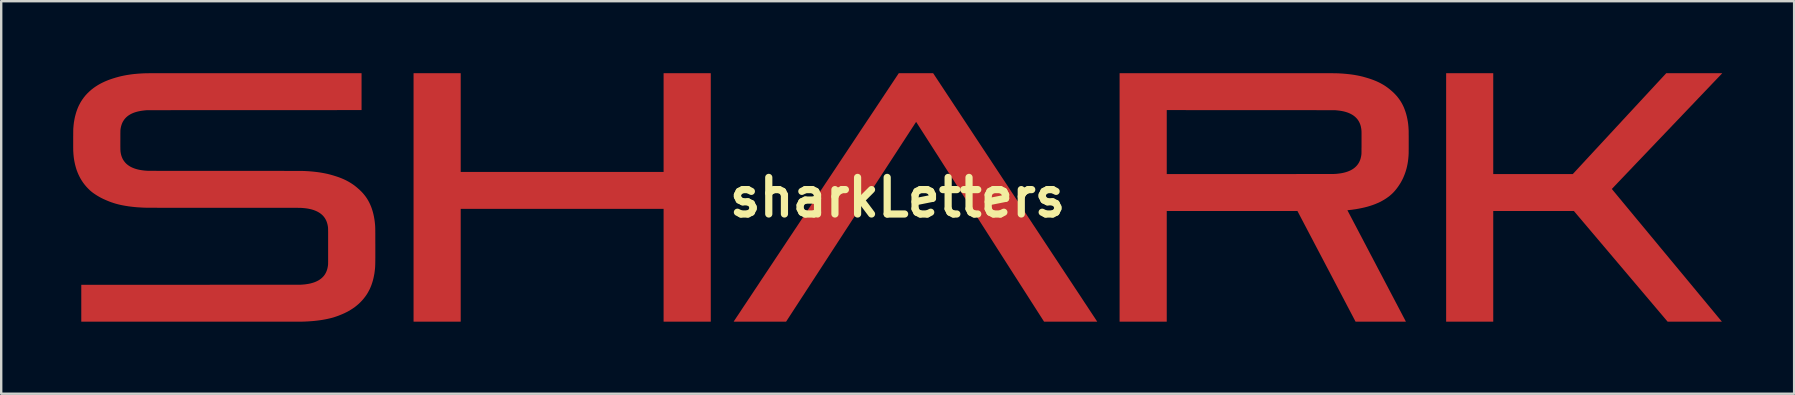
<source format=kicad_pcb>
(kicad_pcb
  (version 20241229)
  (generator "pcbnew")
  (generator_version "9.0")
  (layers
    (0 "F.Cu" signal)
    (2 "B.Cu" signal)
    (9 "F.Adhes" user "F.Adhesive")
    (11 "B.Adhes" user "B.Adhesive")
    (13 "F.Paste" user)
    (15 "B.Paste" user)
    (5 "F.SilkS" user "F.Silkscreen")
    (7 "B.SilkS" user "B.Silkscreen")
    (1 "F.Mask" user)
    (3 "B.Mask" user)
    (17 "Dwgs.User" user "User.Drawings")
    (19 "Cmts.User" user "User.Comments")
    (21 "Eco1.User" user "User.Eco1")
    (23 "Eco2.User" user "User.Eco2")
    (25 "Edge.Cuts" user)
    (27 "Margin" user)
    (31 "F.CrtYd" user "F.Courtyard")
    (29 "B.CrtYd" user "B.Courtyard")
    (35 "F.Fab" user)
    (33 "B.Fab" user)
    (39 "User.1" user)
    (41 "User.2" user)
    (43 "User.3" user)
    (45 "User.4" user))
  (footprint "sharkLetters"
    (layer "F.Cu")
    (at 34.357 5.178)
    (property "Reference" "sharkLetters" (at 0 0 0) (layer "F.SilkS") (effects (font (size 1.524 1.524) (thickness 0.3))))
    (attr through_hole)
    (pad "1" smd custom (at -33.02 -3.81) (size 1 1) (layers "F.Cu" "F.Mask" "F.Paste") (options (anchor circle)) (primitives (gr_poly (pts (xy 10.675 0.165) (xy 6.217 0.166) (xy 6.026 0.166) (xy 5.839 0.166) (xy 5.657 0.166) (xy 5.48 0.166) (xy 5.308 0.166) (xy 5.14 0.166) (xy 4.978 0.167) (xy 4.82 0.167) (xy 4.667 0.167) (xy 4.518 0.167) (xy 4.374 0.167) (xy 4.235 0.167) (xy 4.099 0.167) (xy 3.969 0.167) (xy 3.842 0.167) (xy 3.72 0.167) (xy 3.602 0.167) (xy 3.489 0.167) (xy 3.379 0.167) (xy 3.274 0.167) (xy 3.172 0.167) (xy 3.074 0.167) (xy 2.981 0.167) (xy 2.891 0.167) (xy 2.805 0.167) (xy 2.723 0.168) (xy 2.644 0.168) (xy 2.569 0.168) (xy 2.498 0.168) (xy 2.43 0.168) (xy 2.366 0.168) (xy 2.305 0.168) (xy 2.247 0.168) (xy 2.193 0.168) (xy 2.142 0.168) (xy 2.095 0.168) (xy 2.05 0.168) (xy 2.009 0.168) (xy 1.97 0.169) (xy 1.935 0.169) (xy 1.902 0.169) (xy 1.873 0.169) (xy 1.846 0.169) (xy 1.822 0.169) (xy 1.801 0.169) (xy 1.782 0.169) (xy 1.767 0.169) (xy 1.753 0.17) (xy 1.742 0.17) (xy 1.734 0.17) (xy 1.728 0.17) (xy 1.725 0.17) (xy 1.724 0.17) (xy 1.708 0.171) (xy 1.69 0.173) (xy 1.67 0.175) (xy 1.651 0.176) (xy 1.645 0.177) (xy 1.556 0.187) (xy 1.471 0.2) (xy 1.39 0.216) (xy 1.313 0.235) (xy 1.24 0.256) (xy 1.171 0.281) (xy 1.106 0.309) (xy 1.046 0.34) (xy 0.989 0.374) (xy 0.936 0.411) (xy 0.888 0.451) (xy 0.843 0.494) (xy 0.803 0.54) (xy 0.767 0.589) (xy 0.735 0.641) (xy 0.72 0.668) (xy 0.694 0.724) (xy 0.672 0.784) (xy 0.654 0.846) (xy 0.64 0.911) (xy 0.638 0.918) (xy 0.637 0.929) (xy 0.635 0.939) (xy 0.634 0.948) (xy 0.632 0.957) (xy 0.631 0.966) (xy 0.63 0.974) (xy 0.629 0.984) (xy 0.628 0.993) (xy 0.627 1.004) (xy 0.627 1.016) (xy 0.626 1.03) (xy 0.626 1.045) (xy 0.625 1.063) (xy 0.625 1.083) (xy 0.625 1.105) (xy 0.624 1.13) (xy 0.624 1.159) (xy 0.624 1.191) (xy 0.624 1.226) (xy 0.624 1.266) (xy 0.624 1.309) (xy 0.624 1.358) (xy 0.624 1.411) (xy 0.624 1.412) (xy 0.623 1.469) (xy 0.623 1.521) (xy 0.623 1.569) (xy 0.623 1.612) (xy 0.623 1.651) (xy 0.623 1.687) (xy 0.624 1.719) (xy 0.624 1.748) (xy 0.624 1.774) (xy 0.625 1.797) (xy 0.625 1.818) (xy 0.626 1.837) (xy 0.627 1.854) (xy 0.628 1.869) (xy 0.629 1.883) (xy 0.63 1.896) (xy 0.631 1.909) (xy 0.633 1.92) (xy 0.635 1.932) (xy 0.637 1.944) (xy 0.639 1.956) (xy 0.641 1.968) (xy 0.644 1.981) (xy 0.658 2.045) (xy 0.678 2.106) (xy 0.701 2.165) (xy 0.728 2.221) (xy 0.76 2.273) (xy 0.796 2.323) (xy 0.835 2.37) (xy 0.879 2.414) (xy 0.927 2.454) (xy 0.962 2.48) (xy 1.014 2.514) (xy 1.07 2.546) (xy 1.13 2.574) (xy 1.194 2.6) (xy 1.261 2.623) (xy 1.332 2.643) (xy 1.407 2.661) (xy 1.486 2.675) (xy 1.569 2.687) (xy 1.656 2.697) (xy 1.748 2.703) (xy 1.79 2.705) (xy 1.796 2.705) (xy 1.806 2.705) (xy 1.822 2.706) (xy 1.842 2.706) (xy 1.868 2.706) (xy 1.898 2.706) (xy 1.933 2.706) (xy 1.973 2.706) (xy 2.018 2.706) (xy 2.068 2.706) (xy 2.122 2.706) (xy 2.181 2.707) (xy 2.244 2.707) (xy 2.312 2.707) (xy 2.385 2.707) (xy 2.462 2.707) (xy 2.543 2.707) (xy 2.629 2.707) (xy 2.719 2.707) (xy 2.814 2.707) (xy 2.913 2.707) (xy 3.016 2.707) (xy 3.123 2.707) (xy 3.235 2.707) (xy 3.35 2.707) (xy 3.47 2.707) (xy 3.594 2.708) (xy 3.721 2.708) (xy 3.853 2.708) (xy 3.989 2.708) (xy 4.128 2.708) (xy 4.272 2.708) (xy 4.419 2.708) (xy 4.57 2.708) (xy 4.725 2.708) (xy 4.883 2.708) (xy 4.979 2.708) (xy 5.14 2.708) (xy 5.297 2.708) (xy 5.451 2.708) (xy 5.601 2.708) (xy 5.747 2.708) (xy 5.89 2.708) (xy 6.029 2.708) (xy 6.163 2.708) (xy 6.294 2.708) (xy 6.421 2.708) (xy 6.544 2.708) (xy 6.663 2.708) (xy 6.777 2.708) (xy 6.888 2.708) (xy 6.995 2.708) (xy 7.097 2.708) (xy 7.195 2.708) (xy 7.288 2.708) (xy 7.378 2.708) (xy 7.463 2.709) (xy 7.543 2.709) (xy 7.619 2.709) (xy 7.691 2.709) (xy 7.758 2.709) (xy 7.821 2.709) (xy 7.879 2.709) (xy 7.932 2.709) (xy 7.98 2.709) (xy 8.024 2.709) (xy 8.063 2.71) (xy 8.098 2.71) (xy 8.127 2.71) (xy 8.151 2.71) (xy 8.171 2.71) (xy 8.186 2.71) (xy 8.195 2.71) (xy 8.198 2.71) (xy 8.333 2.715) (xy 8.463 2.722) (xy 8.59 2.732) (xy 8.712 2.744) (xy 8.831 2.758) (xy 8.946 2.774) (xy 9.058 2.793) (xy 9.167 2.814) (xy 9.272 2.837) (xy 9.375 2.863) (xy 9.402 2.871) (xy 9.501 2.899) (xy 9.594 2.928) (xy 9.683 2.957) (xy 9.769 2.988) (xy 9.85 3.02) (xy 9.928 3.053) (xy 10.003 3.088) (xy 10.075 3.125) (xy 10.144 3.163) (xy 10.212 3.203) (xy 10.278 3.245) (xy 10.285 3.25) (xy 10.309 3.266) (xy 10.33 3.281) (xy 10.351 3.295) (xy 10.371 3.31) (xy 10.391 3.325) (xy 10.411 3.341) (xy 10.433 3.358) (xy 10.456 3.377) (xy 10.482 3.398) (xy 10.51 3.422) (xy 10.529 3.439) (xy 10.603 3.505) (xy 10.672 3.572) (xy 10.736 3.641) (xy 10.796 3.712) (xy 10.852 3.786) (xy 10.904 3.862) (xy 10.951 3.94) (xy 10.995 4.022) (xy 11.035 4.106) (xy 11.072 4.194) (xy 11.106 4.286) (xy 11.111 4.303) (xy 11.142 4.403) (xy 11.169 4.506) (xy 11.192 4.613) (xy 11.211 4.721) (xy 11.226 4.831) (xy 11.236 4.931) (xy 11.238 4.945) (xy 11.239 4.958) (xy 11.24 4.97) (xy 11.24 4.982) (xy 11.241 4.994) (xy 11.242 5.005) (xy 11.243 5.018) (xy 11.243 5.03) (xy 11.244 5.043) (xy 11.244 5.058) (xy 11.245 5.073) (xy 11.245 5.09) (xy 11.246 5.108) (xy 11.246 5.128) (xy 11.246 5.15) (xy 11.247 5.174) (xy 11.247 5.201) (xy 11.247 5.23) (xy 11.247 5.262) (xy 11.248 5.297) (xy 11.248 5.336) (xy 11.248 5.377) (xy 11.248 5.423) (xy 11.248 5.472) (xy 11.248 5.526) (xy 11.248 5.584) (xy 11.248 5.646) (xy 11.248 5.713) (xy 11.249 5.757) (xy 11.249 5.838) (xy 11.249 5.915) (xy 11.249 5.987) (xy 11.249 6.054) (xy 11.249 6.117) (xy 11.249 6.176) (xy 11.249 6.231) (xy 11.249 6.282) (xy 11.249 6.33) (xy 11.248 6.374) (xy 11.248 6.416) (xy 11.248 6.454) (xy 11.247 6.49) (xy 11.247 6.523) (xy 11.246 6.554) (xy 11.246 6.582) (xy 11.245 6.609) (xy 11.244 6.633) (xy 11.243 6.656) (xy 11.242 6.678) (xy 11.241 6.699) (xy 11.24 6.718) (xy 11.239 6.737) (xy 11.237 6.755) (xy 11.236 6.773) (xy 11.234 6.79) (xy 11.232 6.808) (xy 11.23 6.825) (xy 11.228 6.843) (xy 11.226 6.862) (xy 11.225 6.873) (xy 11.211 6.977) (xy 11.192 7.078) (xy 11.171 7.178) (xy 11.146 7.275) (xy 11.117 7.37) (xy 11.086 7.461) (xy 11.051 7.549) (xy 11.013 7.634) (xy 10.995 7.669) (xy 10.954 7.746) (xy 10.911 7.82) (xy 10.864 7.891) (xy 10.817 7.956) (xy 10.756 8.033) (xy 10.692 8.106) (xy 10.625 8.176) (xy 10.554 8.244) (xy 10.479 8.308) (xy 10.401 8.37) (xy 10.319 8.428) (xy 10.232 8.484) (xy 10.142 8.537) (xy 10.048 8.588) (xy 9.949 8.636) (xy 9.846 8.681) (xy 9.739 8.724) (xy 9.725 8.73) (xy 9.701 8.739) (xy 9.675 8.748) (xy 9.647 8.758) (xy 9.618 8.768) (xy 9.589 8.778) (xy 9.561 8.787) (xy 9.534 8.796) (xy 9.509 8.804) (xy 9.487 8.81) (xy 9.47 8.815) (xy 9.469 8.816) (xy 9.366 8.842) (xy 9.261 8.866) (xy 9.153 8.888) (xy 9.042 8.908) (xy 8.927 8.925) (xy 8.809 8.94) (xy 8.687 8.953) (xy 8.562 8.963) (xy 8.432 8.972) (xy 8.298 8.978) (xy 8.199 8.981) (xy 8.192 8.981) (xy 8.18 8.981) (xy 8.162 8.981) (xy 8.14 8.981) (xy 8.112 8.981) (xy 8.08 8.982) (xy 8.042 8.982) (xy 8 8.982) (xy 7.952 8.982) (xy 7.899 8.982) (xy 7.842 8.982) (xy 7.779 8.982) (xy 7.712 8.982) (xy 7.639 8.982) (xy 7.562 8.982) (xy 7.479 8.982) (xy 7.392 8.983) (xy 7.299 8.983) (xy 7.202 8.983) (xy 7.1 8.983) (xy 6.992 8.983) (xy 6.88 8.983) (xy 6.763 8.983) (xy 6.641 8.983) (xy 6.514 8.983) (xy 6.383 8.983) (xy 6.246 8.983) (xy 6.105 8.983) (xy 5.958 8.983) (xy 5.807 8.983) (xy 5.651 8.983) (xy 5.49 8.983) (xy 5.325 8.983) (xy 5.154 8.983) (xy 4.979 8.983) (xy 4.799 8.983) (xy 4.614 8.983) (xy 4.424 8.983) (xy 4.229 8.983) (xy 4.03 8.983) (xy 3.826 8.983) (xy 3.617 8.983) (xy 3.552 8.983) (xy -0.995 8.983) (xy -0.995 7.455) (xy 3.544 7.455) (xy 3.756 7.455) (xy 3.962 7.455) (xy 4.164 7.455) (xy 4.361 7.454) (xy 4.552 7.454) (xy 4.739 7.454) (xy 4.921 7.454) (xy 5.098 7.454) (xy 5.27 7.454) (xy 5.436 7.454) (xy 5.598 7.454) (xy 5.755 7.454) (xy 5.907 7.454) (xy 6.054 7.454) (xy 6.197 7.454) (xy 6.334 7.454) (xy 6.466 7.454) (xy 6.593 7.454) (xy 6.715 7.454) (xy 6.832 7.454) (xy 6.944 7.454) (xy 7.051 7.454) (xy 7.153 7.454) (xy 7.251 7.454) (xy 7.343 7.454) (xy 7.43 7.454) (xy 7.512 7.453) (xy 7.589 7.453) (xy 7.661 7.453) (xy 7.728 7.453) (xy 7.79 7.453) (xy 7.846 7.453) (xy 7.898 7.453) (xy 7.945 7.453) (xy 7.987 7.453) (xy 8.024 7.453) (xy 8.055 7.453) (xy 8.082 7.452) (xy 8.103 7.452) (xy 8.12 7.452) (xy 8.131 7.452) (xy 8.137 7.452) (xy 8.138 7.452) (xy 8.231 7.446) (xy 8.32 7.438) (xy 8.405 7.426) (xy 8.486 7.413) (xy 8.562 7.396) (xy 8.635 7.376) (xy 8.703 7.354) (xy 8.768 7.329) (xy 8.829 7.301) (xy 8.886 7.271) (xy 8.94 7.237) (xy 8.986 7.204) (xy 9.033 7.164) (xy 9.076 7.122) (xy 9.116 7.077) (xy 9.151 7.029) (xy 9.182 6.977) (xy 9.21 6.923) (xy 9.233 6.866) (xy 9.253 6.806) (xy 9.269 6.742) (xy 9.281 6.675) (xy 9.288 6.623) (xy 9.288 6.618) (xy 9.289 6.614) (xy 9.289 6.609) (xy 9.289 6.603) (xy 9.29 6.597) (xy 9.29 6.589) (xy 9.29 6.581) (xy 9.291 6.571) (xy 9.291 6.56) (xy 9.291 6.547) (xy 9.291 6.532) (xy 9.291 6.516) (xy 9.292 6.497) (xy 9.292 6.475) (xy 9.292 6.452) (xy 9.292 6.425) (xy 9.292 6.395) (xy 9.292 6.362) (xy 9.292 6.326) (xy 9.292 6.287) (xy 9.292 6.244) (xy 9.292 6.197) (xy 9.292 6.145) (xy 9.292 6.09) (xy 9.292 6.03) (xy 9.292 5.966) (xy 9.292 5.897) (xy 9.292 5.847) (xy 9.292 5.774) (xy 9.292 5.705) (xy 9.292 5.642) (xy 9.292 5.583) (xy 9.292 5.528) (xy 9.292 5.478) (xy 9.292 5.431) (xy 9.292 5.388) (xy 9.292 5.349) (xy 9.292 5.313) (xy 9.292 5.28) (xy 9.292 5.251) (xy 9.292 5.224) (xy 9.291 5.2) (xy 9.291 5.178) (xy 9.291 5.159) (xy 9.291 5.142) (xy 9.29 5.126) (xy 9.29 5.113) (xy 9.289 5.101) (xy 9.289 5.09) (xy 9.288 5.08) (xy 9.288 5.072) (xy 9.287 5.064) (xy 9.287 5.057) (xy 9.286 5.05) (xy 9.285 5.043) (xy 9.284 5.037) (xy 9.283 5.03) (xy 9.282 5.023) (xy 9.282 5.021) (xy 9.27 4.954) (xy 9.254 4.89) (xy 9.234 4.828) (xy 9.211 4.77) (xy 9.182 4.715) (xy 9.15 4.662) (xy 9.114 4.613) (xy 9.074 4.567) (xy 9.03 4.524) (xy 8.981 4.484) (xy 8.929 4.447) (xy 8.872 4.413) (xy 8.812 4.382) (xy 8.747 4.354) (xy 8.678 4.328) (xy 8.605 4.306) (xy 8.586 4.301) (xy 8.521 4.286) (xy 8.452 4.272) (xy 8.381 4.261) (xy 8.306 4.252) (xy 8.227 4.245) (xy 8.144 4.239) (xy 8.139 4.239) (xy 8.134 4.239) (xy 8.123 4.239) (xy 8.108 4.239) (xy 8.087 4.239) (xy 8.061 4.239) (xy 8.031 4.238) (xy 7.995 4.238) (xy 7.955 4.238) (xy 7.909 4.238) (xy 7.859 4.238) (xy 7.803 4.238) (xy 7.743 4.238) (xy 7.678 4.238) (xy 7.608 4.238) (xy 7.533 4.238) (xy 7.453 4.237) (xy 7.369 4.237) (xy 7.28 4.237) (xy 7.186 4.237) (xy 7.087 4.237) (xy 6.983 4.237) (xy 6.875 4.237) (xy 6.762 4.237) (xy 6.644 4.237) (xy 6.522 4.237) (xy 6.395 4.237) (xy 6.263 4.237) (xy 6.127 4.237) (xy 5.986 4.237) (xy 5.84 4.237) (xy 5.69 4.237) (xy 5.535 4.237) (xy 5.376 4.237) (xy 5.212 4.237) (xy 5.044 4.237) (xy 4.965 4.237) (xy 4.798 4.237) (xy 4.635 4.237) (xy 4.476 4.237) (xy 4.321 4.237) (xy 4.17 4.237) (xy 4.024 4.237) (xy 3.882 4.237) (xy 3.744 4.237) (xy 3.611 4.236) (xy 3.482 4.236) (xy 3.357 4.236) (xy 3.236 4.236) (xy 3.12 4.236) (xy 3.009 4.236) (xy 2.902 4.236) (xy 2.799 4.236) (xy 2.701 4.236) (xy 2.608 4.236) (xy 2.519 4.236) (xy 2.434 4.236) (xy 2.355 4.236) (xy 2.28 4.236) (xy 2.209 4.236) (xy 2.144 4.235) (xy 2.083 4.235) (xy 2.027 4.235) (xy 1.975 4.235) (xy 1.929 4.235) (xy 1.887 4.235) (xy 1.851 4.235) (xy 1.819 4.235) (xy 1.792 4.235) (xy 1.77 4.234) (xy 1.754 4.234) (xy 1.742 4.234) (xy 1.737 4.234) (xy 1.599 4.23) (xy 1.466 4.223) (xy 1.337 4.215) (xy 1.212 4.204) (xy 1.092 4.191) (xy 0.975 4.176) (xy 0.861 4.158) (xy 0.751 4.139) (xy 0.644 4.117) (xy 0.541 4.093) (xy 0.507 4.084) (xy 0.429 4.063) (xy 0.348 4.038) (xy 0.265 4.01) (xy 0.182 3.98) (xy 0.1 3.947) (xy 0.018 3.912) (xy -0.062 3.876) (xy -0.14 3.839) (xy -0.214 3.8) (xy -0.281 3.762) (xy -0.333 3.731) (xy -0.384 3.699) (xy -0.433 3.667) (xy -0.481 3.634) (xy -0.525 3.602) (xy -0.566 3.57) (xy -0.603 3.539) (xy -0.637 3.51) (xy -0.637 3.51) (xy -0.71 3.438) (xy -0.78 3.364) (xy -0.845 3.288) (xy -0.905 3.21) (xy -0.961 3.129) (xy -1.013 3.046) (xy -1.061 2.959) (xy -1.105 2.87) (xy -1.145 2.778) (xy -1.182 2.683) (xy -1.214 2.584) (xy -1.242 2.482) (xy -1.249 2.458) (xy -1.269 2.368) (xy -1.287 2.278) (xy -1.302 2.187) (xy -1.313 2.094) (xy -1.322 1.999) (xy -1.328 1.9) (xy -1.33 1.858) (xy -1.331 1.846) (xy -1.331 1.828) (xy -1.331 1.807) (xy -1.331 1.782) (xy -1.332 1.754) (xy -1.332 1.723) (xy -1.332 1.688) (xy -1.332 1.652) (xy -1.332 1.613) (xy -1.332 1.573) (xy -1.332 1.532) (xy -1.332 1.489) (xy -1.332 1.446) (xy -1.332 1.402) (xy -1.332 1.359) (xy -1.332 1.316) (xy -1.332 1.273) (xy -1.331 1.232) (xy -1.331 1.192) (xy -1.331 1.154) (xy -1.331 1.118) (xy -1.33 1.084) (xy -1.33 1.054) (xy -1.33 1.026) (xy -1.329 1.002) (xy -1.329 0.981) (xy -1.329 0.965) (xy -1.328 0.953) (xy -1.328 0.948) (xy -1.322 0.875) (xy -1.316 0.807) (xy -1.309 0.742) (xy -1.301 0.68) (xy -1.291 0.621) (xy -1.281 0.563) (xy -1.27 0.505) (xy -1.257 0.448) (xy -1.25 0.421) (xy -1.228 0.338) (xy -1.205 0.259) (xy -1.179 0.183) (xy -1.152 0.11) (xy -1.122 0.039) (xy -1.089 -0.032) (xy -1.085 -0.039) (xy -1.042 -0.122) (xy -0.995 -0.201) (xy -0.945 -0.277) (xy -0.891 -0.352) (xy -0.833 -0.424) (xy -0.811 -0.449) (xy -0.789 -0.473) (xy -0.764 -0.5) (xy -0.737 -0.528) (xy -0.707 -0.557) (xy -0.677 -0.586) (xy -0.646 -0.615) (xy -0.615 -0.642) (xy -0.586 -0.668) (xy -0.559 -0.69) (xy -0.557 -0.692) (xy -0.477 -0.754) (xy -0.392 -0.812) (xy -0.304 -0.868) (xy -0.211 -0.921) (xy -0.114 -0.971) (xy -0.013 -1.018) (xy 0.092 -1.062) (xy 0.126 -1.076) (xy 0.176 -1.094) (xy 0.23 -1.113) (xy 0.287 -1.132) (xy 0.346 -1.151) (xy 0.407 -1.17) (xy 0.468 -1.188) (xy 0.528 -1.204) (xy 0.587 -1.22) (xy 0.643 -1.234) (xy 0.688 -1.244) (xy 0.787 -1.265) (xy 0.888 -1.284) (xy 0.99 -1.3) (xy 1.094 -1.315) (xy 1.201 -1.328) (xy 1.31 -1.338) (xy 1.423 -1.347) (xy 1.54 -1.354) (xy 1.661 -1.359) (xy 1.72 -1.361) (xy 1.727 -1.361) (xy 1.738 -1.361) (xy 1.755 -1.361) (xy 1.776 -1.361) (xy 1.803 -1.361) (xy 1.834 -1.362) (xy 1.871 -1.362) (xy 1.912 -1.362) (xy 1.958 -1.362) (xy 2.009 -1.362) (xy 2.064 -1.362) (xy 2.125 -1.362) (xy 2.19 -1.362) (xy 2.26 -1.362) (xy 2.334 -1.362) (xy 2.413 -1.362) (xy 2.497 -1.362) (xy 2.585 -1.363) (xy 2.678 -1.363) (xy 2.775 -1.363) (xy 2.876 -1.363) (xy 2.983 -1.363) (xy 3.093 -1.363) (xy 3.208 -1.363) (xy 3.327 -1.363) (xy 3.451 -1.363) (xy 3.579 -1.363) (xy 3.711 -1.363) (xy 3.847 -1.363) (xy 3.988 -1.363) (xy 4.132 -1.363) (xy 4.281 -1.363) (xy 4.434 -1.363) (xy 4.591 -1.363) (xy 4.752 -1.363) (xy 4.917 -1.363) (xy 5.086 -1.363) (xy 5.259 -1.363) (xy 5.436 -1.363) (xy 5.617 -1.363) (xy 5.802 -1.363) (xy 5.99 -1.363) (xy 6.182 -1.363) (xy 6.243 -1.363) (xy 10.675 -1.363) (xy 10.675 0.165)) (width 0.01) (fill yes))))
    (pad "1" smd custom (at -19.05 0) (size 1 1) (layers "F.Cu" "F.Mask" "F.Paste") (options (anchor circle)) (primitives (gr_poly (pts (xy 0.837 -1.059) (xy 9.302 -1.059) (xy 9.302 -5.173) (xy 11.258 -5.173) (xy 11.258 5.173) (xy 9.302 5.173) (xy 9.302 0.47) (xy 0.837 0.47) (xy 0.837 5.173) (xy -1.118 5.173) (xy -1.118 -5.173) (xy 0.837 -5.173) (xy 0.837 -1.059)) (width 0.01) (fill yes))))
    (pad "1" smd custom (at -2.54 0) (size 1 1) (layers "F.Cu" "F.Mask" "F.Paste") (options (anchor circle)) (primitives (gr_poly (pts (xy 7.429 -0.007) (xy 7.527 0.141) (xy 7.624 0.288) (xy 7.721 0.434) (xy 7.816 0.579) (xy 7.911 0.723) (xy 8.005 0.866) (xy 8.099 1.007) (xy 8.191 1.147) (xy 8.283 1.285) (xy 8.373 1.422) (xy 8.463 1.558) (xy 8.551 1.692) (xy 8.639 1.825) (xy 8.725 1.955) (xy 8.81 2.084) (xy 8.894 2.211) (xy 8.977 2.337) (xy 9.059 2.46) (xy 9.139 2.582) (xy 9.218 2.701) (xy 9.295 2.818) (xy 9.371 2.934) (xy 9.446 3.046) (xy 9.519 3.157) (xy 9.591 3.266) (xy 9.661 3.372) (xy 9.729 3.475) (xy 9.796 3.576) (xy 9.861 3.675) (xy 9.924 3.771) (xy 9.986 3.864) (xy 10.046 3.955) (xy 10.104 4.042) (xy 10.16 4.127) (xy 10.214 4.209) (xy 10.266 4.288) (xy 10.316 4.365) (xy 10.365 4.438) (xy 10.411 4.507) (xy 10.455 4.574) (xy 10.497 4.638) (xy 10.537 4.698) (xy 10.574 4.755) (xy 10.609 4.808) (xy 10.642 4.858) (xy 10.673 4.904) (xy 10.701 4.947) (xy 10.727 4.986) (xy 10.751 5.022) (xy 10.772 5.054) (xy 10.79 5.082) (xy 10.806 5.106) (xy 10.819 5.126) (xy 10.83 5.142) (xy 10.838 5.154) (xy 10.843 5.162) (xy 10.846 5.166) (xy 10.846 5.166) (xy 10.851 5.173) (xy 8.646 5.173) (xy 5.979 1.007) (xy 5.893 0.873) (xy 5.808 0.741) (xy 5.724 0.609) (xy 5.641 0.479) (xy 5.558 0.35) (xy 5.476 0.222) (xy 5.395 0.096) (xy 5.315 -0.03) (xy 5.236 -0.153) (xy 5.158 -0.275) (xy 5.081 -0.396) (xy 5.005 -0.515) (xy 4.93 -0.632) (xy 4.856 -0.747) (xy 4.783 -0.86) (xy 4.712 -0.972) (xy 4.642 -1.081) (xy 4.573 -1.189) (xy 4.505 -1.294) (xy 4.439 -1.397) (xy 4.375 -1.498) (xy 4.311 -1.597) (xy 4.25 -1.693) (xy 4.19 -1.787) (xy 4.131 -1.878) (xy 4.074 -1.967) (xy 4.019 -2.053) (xy 3.966 -2.136) (xy 3.914 -2.217) (xy 3.864 -2.295) (xy 3.816 -2.37) (xy 3.77 -2.442) (xy 3.726 -2.51) (xy 3.684 -2.576) (xy 3.644 -2.639) (xy 3.606 -2.698) (xy 3.57 -2.754) (xy 3.536 -2.807) (xy 3.504 -2.856) (xy 3.475 -2.902) (xy 3.448 -2.945) (xy 3.423 -2.983) (xy 3.401 -3.018) (xy 3.381 -3.05) (xy 3.363 -3.077) (xy 3.348 -3.101) (xy 3.335 -3.12) (xy 3.325 -3.136) (xy 3.318 -3.148) (xy 3.313 -3.155) (xy 3.311 -3.159) (xy 3.311 -3.159) (xy 3.309 -3.157) (xy 3.305 -3.15) (xy 3.298 -3.14) (xy 3.289 -3.125) (xy 3.277 -3.107) (xy 3.262 -3.085) (xy 3.245 -3.059) (xy 3.226 -3.029) (xy 3.205 -2.996) (xy 3.181 -2.959) (xy 3.154 -2.919) (xy 3.126 -2.875) (xy 3.096 -2.829) (xy 3.063 -2.779) (xy 3.028 -2.726) (xy 2.992 -2.669) (xy 2.953 -2.61) (xy 2.913 -2.548) (xy 2.871 -2.484) (xy 2.827 -2.416) (xy 2.782 -2.346) (xy 2.734 -2.274) (xy 2.686 -2.199) (xy 2.635 -2.122) (xy 2.584 -2.042) (xy 2.53 -1.96) (xy 2.476 -1.876) (xy 2.42 -1.79) (xy 2.362 -1.702) (xy 2.304 -1.613) (xy 2.244 -1.521) (xy 2.184 -1.428) (xy 2.122 -1.333) (xy 2.059 -1.236) (xy 1.995 -1.138) (xy 1.931 -1.039) (xy 1.865 -0.939) (xy 1.799 -0.837) (xy 1.732 -0.734) (xy 1.665 -0.63) (xy 1.596 -0.525) (xy 1.527 -0.419) (xy 1.458 -0.313) (xy 1.388 -0.205) (xy 1.318 -0.098) (xy 1.247 0.011) (xy 1.177 0.12) (xy 1.105 0.229) (xy 1.034 0.339) (xy 0.963 0.449) (xy 0.891 0.559) (xy 0.819 0.669) (xy 0.748 0.779) (xy 0.676 0.889) (xy 0.605 0.998) (xy 0.534 1.108) (xy 0.463 1.217) (xy 0.392 1.326) (xy 0.321 1.434) (xy 0.252 1.541) (xy 0.182 1.648) (xy 0.113 1.754) (xy 0.044 1.86) (xy -0.023 1.964) (xy -0.091 2.067) (xy -0.157 2.169) (xy -0.223 2.27) (xy -0.288 2.37) (xy -0.352 2.469) (xy -0.415 2.566) (xy -0.477 2.661) (xy -0.538 2.755) (xy -0.598 2.847) (xy -0.657 2.938) (xy -0.715 3.026) (xy -0.771 3.113) (xy -0.826 3.198) (xy -0.88 3.28) (xy -0.932 3.361) (xy -0.983 3.439) (xy -1.033 3.515) (xy -1.08 3.588) (xy -1.127 3.659) (xy -1.171 3.728) (xy -1.214 3.793) (xy -1.255 3.856) (xy -1.294 3.916) (xy -1.331 3.974) (xy -1.366 4.028) (xy -1.4 4.079) (xy -1.431 4.126) (xy -2.112 5.173) (xy -3.199 5.173) (xy -3.29 5.173) (xy -3.375 5.173) (xy -3.455 5.173) (xy -3.531 5.173) (xy -3.602 5.173) (xy -3.669 5.173) (xy -3.731 5.173) (xy -3.79 5.173) (xy -3.844 5.173) (xy -3.895 5.173) (xy -3.941 5.173) (xy -3.984 5.173) (xy -4.024 5.173) (xy -4.06 5.173) (xy -4.093 5.173) (xy -4.122 5.173) (xy -4.149 5.173) (xy -4.173 5.172) (xy -4.194 5.172) (xy -4.213 5.172) (xy -4.229 5.172) (xy -4.243 5.172) (xy -4.254 5.172) (xy -4.264 5.171) (xy -4.271 5.171) (xy -4.277 5.171) (xy -4.281 5.171) (xy -4.284 5.17) (xy -4.285 5.17) (xy -4.285 5.17) (xy -4.284 5.168) (xy -4.279 5.161) (xy -4.272 5.151) (xy -4.263 5.136) (xy -4.251 5.118) (xy -4.236 5.096) (xy -4.218 5.07) (xy -4.199 5.04) (xy -4.176 5.006) (xy -4.152 4.969) (xy -4.125 4.929) (xy -4.095 4.885) (xy -4.064 4.837) (xy -4.03 4.787) (xy -3.994 4.733) (xy -3.957 4.676) (xy -3.917 4.615) (xy -3.875 4.552) (xy -3.831 4.486) (xy -3.785 4.417) (xy -3.737 4.346) (xy -3.688 4.271) (xy -3.636 4.194) (xy -3.583 4.114) (xy -3.529 4.032) (xy -3.472 3.947) (xy -3.415 3.86) (xy -3.355 3.771) (xy -3.294 3.68) (xy -3.232 3.586) (xy -3.169 3.49) (xy -3.104 3.392) (xy -3.037 3.293) (xy -2.97 3.191) (xy -2.901 3.088) (xy -2.831 2.983) (xy -2.76 2.876) (xy -2.688 2.768) (xy -2.615 2.658) (xy -2.542 2.547) (xy -2.467 2.435) (xy -2.391 2.321) (xy -2.315 2.206) (xy -2.237 2.089) (xy -2.159 1.972) (xy -2.091 1.869) (xy -2.006 1.741) (xy -1.92 1.612) (xy -1.833 1.481) (xy -1.746 1.35) (xy -1.657 1.217) (xy -1.568 1.083) (xy -1.478 0.948) (xy -1.388 0.812) (xy -1.298 0.676) (xy -1.207 0.54) (xy -1.116 0.403) (xy -1.025 0.266) (xy -0.934 0.129) (xy -0.843 -0.008) (xy -0.752 -0.145) (xy -0.662 -0.281) (xy -0.571 -0.417) (xy -0.482 -0.552) (xy -0.392 -0.686) (xy -0.304 -0.819) (xy -0.216 -0.951) (xy -0.129 -1.082) (xy -0.042 -1.212) (xy 0.043 -1.34) (xy 0.127 -1.467) (xy 0.21 -1.592) (xy 0.291 -1.714) (xy 0.372 -1.835) (xy 0.451 -1.954) (xy 0.528 -2.07) (xy 0.604 -2.184) (xy 0.678 -2.295) (xy 0.75 -2.404) (xy 0.82 -2.509) (xy 0.888 -2.612) (xy 0.954 -2.712) (xy 1.018 -2.808) (xy 1.08 -2.901) (xy 1.139 -2.99) (xy 1.196 -3.075) (xy 1.25 -3.157) (xy 1.302 -3.235) (xy 1.346 -3.3) (xy 2.59 -5.172) (xy 3.303 -5.173) (xy 4.017 -5.173) (xy 7.429 -0.007)) (width 0.01) (fill yes))))
    (pad "1" smd custom (at 10.16 0) (size 1 1) (layers "F.Cu" "F.Mask" "F.Paste") (options (anchor circle)) (primitives (gr_poly (pts (xy 3.543 -5.173) (xy 3.74 -5.173) (xy 3.934 -5.173) (xy 4.124 -5.173) (xy 4.309 -5.173) (xy 4.49 -5.173) (xy 4.668 -5.173) (xy 4.841 -5.173) (xy 5.009 -5.173) (xy 5.174 -5.173) (xy 5.334 -5.173) (xy 5.49 -5.173) (xy 5.642 -5.173) (xy 5.79 -5.173) (xy 5.933 -5.173) (xy 6.071 -5.173) (xy 6.206 -5.173) (xy 6.336 -5.173) (xy 6.461 -5.173) (xy 6.582 -5.173) (xy 6.698 -5.173) (xy 6.81 -5.173) (xy 6.918 -5.173) (xy 7.021 -5.173) (xy 7.119 -5.173) (xy 7.213 -5.173) (xy 7.302 -5.172) (xy 7.386 -5.172) (xy 7.465 -5.172) (xy 7.54 -5.172) (xy 7.611 -5.172) (xy 7.676 -5.172) (xy 7.737 -5.172) (xy 7.792 -5.172) (xy 7.843 -5.172) (xy 7.89 -5.172) (xy 7.931 -5.172) (xy 7.967 -5.172) (xy 7.999 -5.171) (xy 8.025 -5.171) (xy 8.046 -5.171) (xy 8.063 -5.171) (xy 8.074 -5.171) (xy 8.08 -5.171) (xy 8.223 -5.166) (xy 8.362 -5.158) (xy 8.496 -5.147) (xy 8.626 -5.134) (xy 8.752 -5.119) (xy 8.873 -5.101) (xy 8.99 -5.08) (xy 9.103 -5.057) (xy 9.212 -5.031) (xy 9.292 -5.009) (xy 9.379 -4.984) (xy 9.461 -4.959) (xy 9.539 -4.934) (xy 9.613 -4.908) (xy 9.684 -4.881) (xy 9.751 -4.854) (xy 9.816 -4.826) (xy 9.879 -4.797) (xy 9.941 -4.766) (xy 10 -4.734) (xy 10.059 -4.701) (xy 10.079 -4.689) (xy 10.131 -4.657) (xy 10.182 -4.623) (xy 10.233 -4.587) (xy 10.284 -4.549) (xy 10.337 -4.508) (xy 10.39 -4.463) (xy 10.445 -4.415) (xy 10.468 -4.395) (xy 10.497 -4.368) (xy 10.529 -4.337) (xy 10.561 -4.304) (xy 10.592 -4.271) (xy 10.623 -4.237) (xy 10.652 -4.204) (xy 10.671 -4.18) (xy 10.729 -4.105) (xy 10.783 -4.026) (xy 10.833 -3.945) (xy 10.879 -3.86) (xy 10.921 -3.773) (xy 10.958 -3.684) (xy 10.964 -3.667) (xy 10.998 -3.571) (xy 11.029 -3.472) (xy 11.055 -3.371) (xy 11.077 -3.268) (xy 11.096 -3.162) (xy 11.111 -3.053) (xy 11.122 -2.941) (xy 11.129 -2.826) (xy 11.131 -2.782) (xy 11.131 -2.77) (xy 11.131 -2.753) (xy 11.132 -2.732) (xy 11.132 -2.706) (xy 11.132 -2.678) (xy 11.132 -2.645) (xy 11.132 -2.61) (xy 11.133 -2.573) (xy 11.133 -2.533) (xy 11.133 -2.491) (xy 11.133 -2.448) (xy 11.133 -2.404) (xy 11.133 -2.359) (xy 11.133 -2.314) (xy 11.133 -2.268) (xy 11.133 -2.223) (xy 11.133 -2.179) (xy 11.133 -2.135) (xy 11.133 -2.093) (xy 11.133 -2.053) (xy 11.133 -2.015) (xy 11.132 -1.979) (xy 11.132 -1.947) (xy 11.132 -1.917) (xy 11.132 -1.891) (xy 11.131 -1.869) (xy 11.131 -1.851) (xy 11.131 -1.838) (xy 11.131 -1.835) (xy 11.125 -1.721) (xy 11.115 -1.611) (xy 11.102 -1.504) (xy 11.085 -1.399) (xy 11.064 -1.298) (xy 11.04 -1.198) (xy 11.011 -1.1) (xy 10.979 -1.004) (xy 10.942 -0.909) (xy 10.902 -0.815) (xy 10.897 -0.805) (xy 10.862 -0.733) (xy 10.824 -0.662) (xy 10.783 -0.591) (xy 10.739 -0.522) (xy 10.693 -0.454) (xy 10.645 -0.388) (xy 10.595 -0.325) (xy 10.545 -0.266) (xy 10.494 -0.21) (xy 10.442 -0.159) (xy 10.417 -0.136) (xy 10.347 -0.075) (xy 10.272 -0.018) (xy 10.194 0.037) (xy 10.112 0.089) (xy 10.026 0.139) (xy 9.935 0.186) (xy 9.841 0.229) (xy 9.743 0.271) (xy 9.641 0.309) (xy 9.534 0.345) (xy 9.424 0.378) (xy 9.309 0.408) (xy 9.19 0.435) (xy 9.067 0.46) (xy 8.939 0.483) (xy 8.807 0.502) (xy 8.775 0.507) (xy 8.757 0.509) (xy 8.735 0.512) (xy 8.711 0.514) (xy 8.687 0.517) (xy 8.663 0.52) (xy 8.64 0.522) (xy 8.619 0.525) (xy 8.602 0.526) (xy 8.594 0.527) (xy 8.585 0.528) (xy 8.579 0.529) (xy 8.576 0.529) (xy 8.576 0.529) (xy 8.577 0.532) (xy 8.58 0.538) (xy 8.586 0.549) (xy 8.594 0.564) (xy 8.604 0.584) (xy 8.616 0.607) (xy 8.631 0.634) (xy 8.647 0.665) (xy 8.665 0.7) (xy 8.686 0.739) (xy 8.708 0.781) (xy 8.732 0.826) (xy 8.757 0.875) (xy 8.785 0.928) (xy 8.814 0.983) (xy 8.844 1.041) (xy 8.877 1.103) (xy 8.911 1.167) (xy 8.946 1.234) (xy 8.983 1.304) (xy 9.021 1.377) (xy 9.06 1.452) (xy 9.101 1.529) (xy 9.143 1.609) (xy 9.186 1.691) (xy 9.23 1.775) (xy 9.275 1.862) (xy 9.322 1.95) (xy 9.369 2.04) (xy 9.417 2.132) (xy 9.466 2.225) (xy 9.516 2.321) (xy 9.567 2.417) (xy 9.619 2.515) (xy 9.671 2.615) (xy 9.724 2.715) (xy 9.777 2.817) (xy 9.795 2.851) (xy 9.848 2.953) (xy 9.901 3.054) (xy 9.954 3.153) (xy 10.006 3.252) (xy 10.057 3.349) (xy 10.107 3.445) (xy 10.156 3.539) (xy 10.205 3.631) (xy 10.253 3.722) (xy 10.299 3.811) (xy 10.345 3.898) (xy 10.389 3.983) (xy 10.433 4.066) (xy 10.475 4.146) (xy 10.516 4.224) (xy 10.556 4.3) (xy 10.595 4.374) (xy 10.632 4.444) (xy 10.668 4.513) (xy 10.702 4.578) (xy 10.735 4.64) (xy 10.766 4.7) (xy 10.796 4.756) (xy 10.823 4.809) (xy 10.85 4.859) (xy 10.874 4.906) (xy 10.897 4.949) (xy 10.918 4.989) (xy 10.937 5.025) (xy 10.954 5.057) (xy 10.969 5.086) (xy 10.982 5.111) (xy 10.992 5.131) (xy 11.001 5.148) (xy 11.008 5.16) (xy 11.012 5.168) (xy 11.014 5.172) (xy 11.014 5.172) (xy 11.011 5.172) (xy 11.004 5.173) (xy 10.992 5.173) (xy 10.975 5.173) (xy 10.954 5.173) (xy 10.928 5.173) (xy 10.899 5.173) (xy 10.866 5.173) (xy 10.829 5.173) (xy 10.788 5.173) (xy 10.744 5.173) (xy 10.696 5.173) (xy 10.646 5.173) (xy 10.593 5.173) (xy 10.537 5.173) (xy 10.478 5.173) (xy 10.417 5.173) (xy 10.354 5.173) (xy 10.289 5.173) (xy 10.222 5.173) (xy 10.153 5.173) (xy 10.082 5.173) (xy 10.011 5.173) (xy 9.971 5.173) (xy 8.927 5.173) (xy 6.504 0.56) (xy 1.05 0.559) (xy 1.05 5.173) (xy -0.905 5.173) (xy -0.905 -0.97) (xy 1.05 -0.97) (xy 4.505 -0.97) (xy 4.688 -0.97) (xy 4.866 -0.97) (xy 5.039 -0.97) (xy 5.207 -0.97) (xy 5.371 -0.97) (xy 5.53 -0.97) (xy 5.683 -0.97) (xy 5.833 -0.97) (xy 5.977 -0.97) (xy 6.116 -0.97) (xy 6.251 -0.97) (xy 6.38 -0.97) (xy 6.505 -0.971) (xy 6.625 -0.971) (xy 6.74 -0.971) (xy 6.85 -0.971) (xy 6.956 -0.971) (xy 7.056 -0.971) (xy 7.151 -0.971) (xy 7.242 -0.971) (xy 7.327 -0.971) (xy 7.408 -0.971) (xy 7.483 -0.971) (xy 7.554 -0.971) (xy 7.62 -0.971) (xy 7.68 -0.972) (xy 7.736 -0.972) (xy 7.787 -0.972) (xy 7.833 -0.972) (xy 7.873 -0.972) (xy 7.909 -0.972) (xy 7.94 -0.972) (xy 7.965 -0.972) (xy 7.986 -0.972) (xy 8.001 -0.973) (xy 8.012 -0.973) (xy 8.017 -0.973) (xy 8.099 -0.977) (xy 8.176 -0.984) (xy 8.25 -0.993) (xy 8.32 -1.003) (xy 8.388 -1.016) (xy 8.453 -1.031) (xy 8.516 -1.048) (xy 8.528 -1.051) (xy 8.599 -1.075) (xy 8.665 -1.101) (xy 8.728 -1.131) (xy 8.786 -1.163) (xy 8.84 -1.199) (xy 8.891 -1.238) (xy 8.937 -1.279) (xy 8.979 -1.324) (xy 9.018 -1.372) (xy 9.052 -1.423) (xy 9.082 -1.476) (xy 9.083 -1.479) (xy 9.103 -1.522) (xy 9.12 -1.565) (xy 9.135 -1.609) (xy 9.147 -1.655) (xy 9.158 -1.704) (xy 9.167 -1.757) (xy 9.172 -1.796) (xy 9.172 -1.801) (xy 9.173 -1.806) (xy 9.173 -1.812) (xy 9.174 -1.819) (xy 9.174 -1.827) (xy 9.174 -1.836) (xy 9.175 -1.848) (xy 9.175 -1.86) (xy 9.175 -1.875) (xy 9.176 -1.893) (xy 9.176 -1.912) (xy 9.176 -1.935) (xy 9.176 -1.961) (xy 9.176 -1.99) (xy 9.176 -2.022) (xy 9.176 -2.058) (xy 9.177 -2.099) (xy 9.177 -2.143) (xy 9.177 -2.192) (xy 9.177 -2.245) (xy 9.177 -2.279) (xy 9.177 -2.344) (xy 9.177 -2.404) (xy 9.177 -2.459) (xy 9.177 -2.509) (xy 9.177 -2.555) (xy 9.177 -2.596) (xy 9.177 -2.633) (xy 9.177 -2.665) (xy 9.177 -2.693) (xy 9.176 -2.716) (xy 9.176 -2.736) (xy 9.176 -2.752) (xy 9.175 -2.764) (xy 9.175 -2.771) (xy 9.169 -2.841) (xy 9.158 -2.909) (xy 9.144 -2.973) (xy 9.126 -3.034) (xy 9.104 -3.091) (xy 9.078 -3.146) (xy 9.048 -3.199) (xy 9.014 -3.248) (xy 8.976 -3.295) (xy 8.937 -3.335) (xy 8.892 -3.376) (xy 8.843 -3.414) (xy 8.791 -3.448) (xy 8.735 -3.48) (xy 8.675 -3.509) (xy 8.611 -3.536) (xy 8.543 -3.559) (xy 8.471 -3.58) (xy 8.456 -3.584) (xy 8.422 -3.592) (xy 8.389 -3.599) (xy 8.355 -3.606) (xy 8.321 -3.612) (xy 8.285 -3.617) (xy 8.247 -3.623) (xy 8.206 -3.627) (xy 8.162 -3.632) (xy 8.114 -3.637) (xy 8.077 -3.64) (xy 8.074 -3.64) (xy 8.068 -3.64) (xy 8.061 -3.64) (xy 8.05 -3.641) (xy 8.038 -3.641) (xy 8.022 -3.641) (xy 8.004 -3.641) (xy 7.983 -3.641) (xy 7.959 -3.641) (xy 7.933 -3.641) (xy 7.903 -3.641) (xy 7.871 -3.641) (xy 7.835 -3.642) (xy 7.797 -3.642) (xy 7.755 -3.642) (xy 7.71 -3.642) (xy 7.662 -3.642) (xy 7.61 -3.642) (xy 7.555 -3.642) (xy 7.497 -3.642) (xy 7.435 -3.642) (xy 7.369 -3.642) (xy 7.3 -3.642) (xy 7.227 -3.643) (xy 7.15 -3.643) (xy 7.07 -3.643) (xy 6.985 -3.643) (xy 6.897 -3.643) (xy 6.805 -3.643) (xy 6.708 -3.643) (xy 6.608 -3.643) (xy 6.503 -3.643) (xy 6.394 -3.643) (xy 6.281 -3.643) (xy 6.163 -3.643) (xy 6.041 -3.643) (xy 5.915 -3.643) (xy 5.784 -3.643) (xy 5.648 -3.643) (xy 5.508 -3.643) (xy 5.363 -3.644) (xy 5.213 -3.644) (xy 5.059 -3.644) (xy 4.899 -3.644) (xy 4.735 -3.644) (xy 4.566 -3.644) (xy 4.546 -3.644) (xy 1.05 -3.645) (xy 1.05 -0.97) (xy -0.905 -0.97) (xy -0.905 -5.173) (xy 3.543 -5.173)) (width 0.01) (fill yes))))
    (pad "1" smd custom (at 24.13 0) (size 1 1) (layers "F.Cu" "F.Mask" "F.Paste") (options (anchor circle)) (primitives (gr_poly (pts (xy 0.686 -0.97) (xy 2.347 -0.97) (xy 4.009 -0.97) (xy 4.702 -1.719) (xy 4.743 -1.763) (xy 4.787 -1.81) (xy 4.834 -1.861) (xy 4.884 -1.915) (xy 4.937 -1.973) (xy 4.993 -2.033) (xy 5.051 -2.095) (xy 5.111 -2.16) (xy 5.174 -2.228) (xy 5.238 -2.297) (xy 5.305 -2.369) (xy 5.373 -2.442) (xy 5.442 -2.517) (xy 5.513 -2.594) (xy 5.585 -2.672) (xy 5.658 -2.75) (xy 5.732 -2.83) (xy 5.806 -2.911) (xy 5.882 -2.992) (xy 5.957 -3.073) (xy 6.033 -3.155) (xy 6.108 -3.237) (xy 6.184 -3.318) (xy 6.259 -3.4) (xy 6.334 -3.481) (xy 6.409 -3.561) (xy 6.482 -3.64) (xy 6.555 -3.719) (xy 6.626 -3.796) (xy 6.649 -3.82) (xy 7.903 -5.173) (xy 9.064 -5.173) (xy 10.225 -5.173) (xy 10.04 -4.98) (xy 10.03 -4.969) (xy 10.016 -4.954) (xy 9.999 -4.936) (xy 9.978 -4.915) (xy 9.955 -4.89) (xy 9.928 -4.862) (xy 9.898 -4.831) (xy 9.866 -4.797) (xy 9.83 -4.76) (xy 9.792 -4.72) (xy 9.752 -4.677) (xy 9.709 -4.632) (xy 9.663 -4.584) (xy 9.615 -4.534) (xy 9.565 -4.482) (xy 9.513 -4.427) (xy 9.458 -4.37) (xy 9.402 -4.311) (xy 9.343 -4.249) (xy 9.283 -4.186) (xy 9.221 -4.122) (xy 9.158 -4.055) (xy 9.093 -3.987) (xy 9.027 -3.917) (xy 8.959 -3.846) (xy 8.89 -3.774) (xy 8.819 -3.7) (xy 8.748 -3.626) (xy 8.676 -3.55) (xy 8.602 -3.473) (xy 8.528 -3.395) (xy 8.454 -3.317) (xy 8.378 -3.238) (xy 8.302 -3.158) (xy 8.238 -3.091) (xy 8.159 -3.009) (xy 8.081 -2.926) (xy 8.002 -2.844) (xy 7.923 -2.761) (xy 7.844 -2.679) (xy 7.766 -2.596) (xy 7.688 -2.515) (xy 7.61 -2.433) (xy 7.533 -2.353) (xy 7.457 -2.273) (xy 7.382 -2.194) (xy 7.307 -2.115) (xy 7.233 -2.038) (xy 7.161 -1.962) (xy 7.09 -1.888) (xy 7.02 -1.815) (xy 6.952 -1.743) (xy 6.885 -1.673) (xy 6.82 -1.605) (xy 6.757 -1.539) (xy 6.695 -1.475) (xy 6.636 -1.413) (xy 6.579 -1.353) (xy 6.524 -1.295) (xy 6.472 -1.24) (xy 6.422 -1.188) (xy 6.374 -1.138) (xy 6.33 -1.091) (xy 6.288 -1.048) (xy 6.249 -1.007) (xy 6.213 -0.969) (xy 6.181 -0.935) (xy 6.151 -0.904) (xy 6.125 -0.877) (xy 6.124 -0.875) (xy 6.082 -0.832) (xy 6.041 -0.789) (xy 6.002 -0.748) (xy 5.964 -0.708) (xy 5.927 -0.669) (xy 5.891 -0.632) (xy 5.857 -0.596) (xy 5.825 -0.562) (xy 5.795 -0.53) (xy 5.766 -0.501) (xy 5.74 -0.473) (xy 5.717 -0.449) (xy 5.695 -0.426) (xy 5.677 -0.406) (xy 5.661 -0.39) (xy 5.648 -0.376) (xy 5.637 -0.365) (xy 5.631 -0.358) (xy 5.627 -0.354) (xy 5.626 -0.353) (xy 5.628 -0.351) (xy 5.633 -0.346) (xy 5.641 -0.336) (xy 5.652 -0.323) (xy 5.666 -0.306) (xy 5.682 -0.285) (xy 5.702 -0.261) (xy 5.725 -0.234) (xy 5.75 -0.203) (xy 5.779 -0.169) (xy 5.809 -0.132) (xy 5.843 -0.091) (xy 5.879 -0.048) (xy 5.917 -0.001) (xy 5.958 0.048) (xy 6.002 0.1) (xy 6.047 0.155) (xy 6.095 0.213) (xy 6.145 0.273) (xy 6.197 0.336) (xy 6.252 0.402) (xy 6.308 0.47) (xy 6.366 0.54) (xy 6.427 0.613) (xy 6.489 0.688) (xy 6.552 0.765) (xy 6.618 0.844) (xy 6.685 0.925) (xy 6.754 1.008) (xy 6.825 1.093) (xy 6.897 1.18) (xy 6.97 1.268) (xy 7.045 1.358) (xy 7.121 1.45) (xy 7.198 1.543) (xy 7.277 1.638) (xy 7.357 1.734) (xy 7.438 1.832) (xy 7.52 1.931) (xy 7.602 2.031) (xy 7.686 2.132) (xy 7.771 2.234) (xy 7.857 2.337) (xy 7.902 2.391) (xy 7.988 2.495) (xy 8.073 2.598) (xy 8.158 2.7) (xy 8.241 2.8) (xy 8.324 2.9) (xy 8.405 2.998) (xy 8.486 3.095) (xy 8.565 3.191) (xy 8.644 3.285) (xy 8.721 3.378) (xy 8.797 3.47) (xy 8.871 3.559) (xy 8.944 3.647) (xy 9.016 3.734) (xy 9.086 3.818) (xy 9.154 3.901) (xy 9.221 3.981) (xy 9.286 4.06) (xy 9.35 4.136) (xy 9.411 4.21) (xy 9.471 4.282) (xy 9.529 4.352) (xy 9.584 4.419) (xy 9.638 4.484) (xy 9.69 4.546) (xy 9.739 4.606) (xy 9.787 4.663) (xy 9.832 4.717) (xy 9.874 4.769) (xy 9.915 4.817) (xy 9.952 4.863) (xy 9.988 4.905) (xy 10.02 4.945) (xy 10.051 4.981) (xy 10.078 5.014) (xy 10.103 5.044) (xy 10.125 5.07) (xy 10.144 5.093) (xy 10.16 5.112) (xy 10.173 5.128) (xy 10.183 5.14) (xy 10.19 5.149) (xy 10.194 5.153) (xy 10.194 5.154) (xy 10.21 5.173) (xy 9.086 5.173) (xy 7.961 5.173) (xy 6.007 2.866) (xy 4.053 0.559) (xy 0.686 0.559) (xy 0.686 5.173) (xy -1.267 5.173) (xy -1.267 -5.173) (xy 0.686 -5.173) (xy 0.686 -0.97)) (width 0.01) (fill yes)))))
  (gr_rect
    (start -3 -3)
    (end 71.717 13.357)
    (stroke (width 0.1) (type default))
    (fill no)
    (layer "Edge.Cuts")))
</source>
